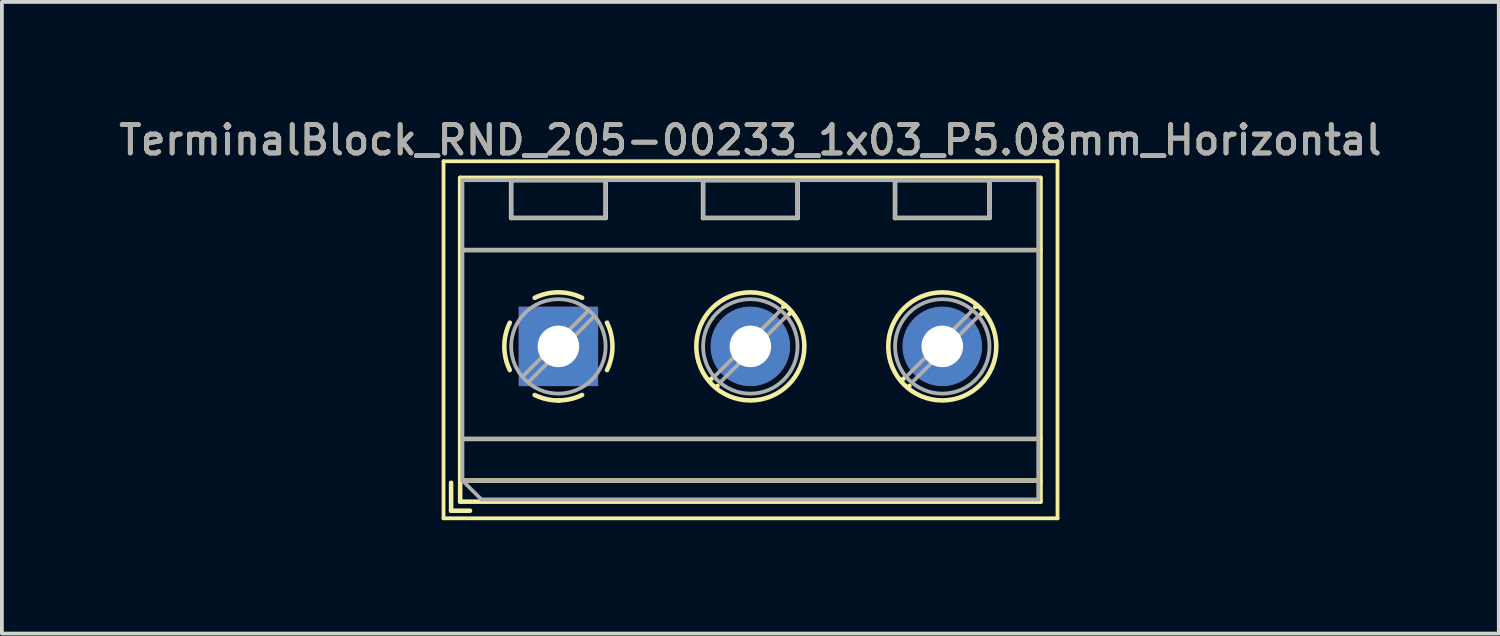
<source format=kicad_pcb>
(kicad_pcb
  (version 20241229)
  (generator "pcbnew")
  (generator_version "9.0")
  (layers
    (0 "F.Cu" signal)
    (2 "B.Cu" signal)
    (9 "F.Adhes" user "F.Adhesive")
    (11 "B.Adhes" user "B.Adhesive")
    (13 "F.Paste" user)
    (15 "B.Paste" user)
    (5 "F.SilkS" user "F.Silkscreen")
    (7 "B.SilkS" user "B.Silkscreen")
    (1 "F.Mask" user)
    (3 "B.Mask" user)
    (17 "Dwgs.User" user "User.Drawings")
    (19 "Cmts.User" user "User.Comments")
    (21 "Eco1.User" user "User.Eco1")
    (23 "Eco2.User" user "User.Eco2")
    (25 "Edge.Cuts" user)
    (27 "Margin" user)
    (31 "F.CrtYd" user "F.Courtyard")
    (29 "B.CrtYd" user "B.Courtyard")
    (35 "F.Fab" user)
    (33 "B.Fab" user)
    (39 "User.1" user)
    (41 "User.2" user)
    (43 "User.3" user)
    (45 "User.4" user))
  (footprint "TerminalBlock_RND_205-00233_1x03_P5.08mm_Horizontal"
    (layer "F.Cu")
    (at 11.729 6.118)
    (property "Reference" "TerminalBlock_RND_205-00233_1x03_P5.08mm_Horizontal" (at 5.08 -5.46 0) (layer "F.SilkS") (effects (font (size 0.75 0.75) (thickness 0.125))))
    (attr through_hole)
    (fp_line (start -3.04 -4.9) (end -3.04 4.55) (stroke (width 0.1) (type solid)) (layer "F.SilkS"))
    (fp_line (start -3.04 4.55) (end 13.21 4.55) (stroke (width 0.1) (type solid)) (layer "F.SilkS"))
    (fp_line (start -2.84 3.61) (end -2.84 4.35) (stroke (width 0.12) (type solid)) (layer "F.SilkS"))
    (fp_line (start -2.84 4.35) (end -2.34 4.35) (stroke (width 0.12) (type solid)) (layer "F.SilkS"))
    (fp_line (start -2.6 -4.46) (end -2.6 4.11) (stroke (width 0.12) (type solid)) (layer "F.SilkS"))
    (fp_line (start -2.6 -4.46) (end 12.76 -4.46) (stroke (width 0.12) (type solid)) (layer "F.SilkS"))
    (fp_line (start -2.6 -2.55) (end 12.76 -2.55) (stroke (width 0.12) (type solid)) (layer "F.SilkS"))
    (fp_line (start -2.6 2.45) (end 12.76 2.45) (stroke (width 0.12) (type solid)) (layer "F.SilkS"))
    (fp_line (start -2.6 3.55) (end 12.76 3.55) (stroke (width 0.12) (type solid)) (layer "F.SilkS"))
    (fp_line (start -2.6 4.11) (end 12.76 4.11) (stroke (width 0.12) (type solid)) (layer "F.SilkS"))
    (fp_line (start -1.25 -4.4) (end -1.25 -3.4) (stroke (width 0.12) (type solid)) (layer "F.SilkS"))
    (fp_line (start -1.25 -4.4) (end 1.25 -4.4) (stroke (width 0.12) (type solid)) (layer "F.SilkS"))
    (fp_line (start -1.25 -3.4) (end 1.25 -3.4) (stroke (width 0.12) (type solid)) (layer "F.SilkS"))
    (fp_line (start 1.25 -4.4) (end 1.25 -3.4) (stroke (width 0.12) (type solid)) (layer "F.SilkS"))
    (fp_line (start 3.83 -4.4) (end 3.83 -3.4) (stroke (width 0.12) (type solid)) (layer "F.SilkS"))
    (fp_line (start 3.83 -4.4) (end 6.33 -4.4) (stroke (width 0.12) (type solid)) (layer "F.SilkS"))
    (fp_line (start 3.83 -3.4) (end 6.33 -3.4) (stroke (width 0.12) (type solid)) (layer "F.SilkS"))
    (fp_line (start 4.056 0.85) (end 3.996 0.91) (stroke (width 0.12) (type solid)) (layer "F.SilkS"))
    (fp_line (start 4.21 1.045) (end 4.17 1.085) (stroke (width 0.12) (type solid)) (layer "F.SilkS"))
    (fp_line (start 5.991 -1.085) (end 5.951 -1.045) (stroke (width 0.12) (type solid)) (layer "F.SilkS"))
    (fp_line (start 6.165 -0.91) (end 6.105 -0.851) (stroke (width 0.12) (type solid)) (layer "F.SilkS"))
    (fp_line (start 6.33 -4.4) (end 6.33 -3.4) (stroke (width 0.12) (type solid)) (layer "F.SilkS"))
    (fp_line (start 8.91 -4.4) (end 8.91 -3.4) (stroke (width 0.12) (type solid)) (layer "F.SilkS"))
    (fp_line (start 8.91 -4.4) (end 11.41 -4.4) (stroke (width 0.12) (type solid)) (layer "F.SilkS"))
    (fp_line (start 8.91 -3.4) (end 11.41 -3.4) (stroke (width 0.12) (type solid)) (layer "F.SilkS"))
    (fp_line (start 9.136 0.85) (end 9.076 0.91) (stroke (width 0.12) (type solid)) (layer "F.SilkS"))
    (fp_line (start 9.29 1.045) (end 9.25 1.085) (stroke (width 0.12) (type solid)) (layer "F.SilkS"))
    (fp_line (start 11.071 -1.085) (end 11.031 -1.045) (stroke (width 0.12) (type solid)) (layer "F.SilkS"))
    (fp_line (start 11.245 -0.91) (end 11.185 -0.851) (stroke (width 0.12) (type solid)) (layer "F.SilkS"))
    (fp_line (start 11.41 -4.4) (end 11.41 -3.4) (stroke (width 0.12) (type solid)) (layer "F.SilkS"))
    (fp_line (start 12.76 -4.46) (end 12.76 4.11) (stroke (width 0.12) (type solid)) (layer "F.SilkS"))
    (fp_line (start 13.21 -4.9) (end -3.04 -4.9) (stroke (width 0.1) (type solid)) (layer "F.SilkS"))
    (fp_line (start 13.21 4.55) (end 13.21 -4.9) (stroke (width 0.1) (type solid)) (layer "F.SilkS"))
    (fp_arc (start -1.286611 0.626746) (mid -1.431146 -0.000697) (end -1.286 -0.628) (stroke (width 0.12) (type solid)) (layer "F.SilkS"))
    (fp_arc (start -0.627362 -1.285823) (mid -0.000201 -1.430707) (end 0.627 -1.286) (stroke (width 0.12) (type solid)) (layer "F.SilkS"))
    (fp_arc (start 0.02428 1.43094) (mid -0.310437 1.397071) (end -0.628 1.286) (stroke (width 0.12) (type solid)) (layer "F.SilkS"))
    (fp_arc (start 0.626871 1.285275) (mid 0.32168 1.393349) (end 0 1.43) (stroke (width 0.12) (type solid)) (layer "F.SilkS"))
    (fp_arc (start 1.285823 -0.627362) (mid 1.430707 -0.000201) (end 1.286 0.627) (stroke (width 0.12) (type solid)) (layer "F.SilkS"))
    (fp_circle (center 5.08 0) (end 6.51 0) (stroke (width 0.12) (type solid)) (fill no) (layer "F.SilkS"))
    (fp_circle (center 10.16 0) (end 11.59 0) (stroke (width 0.12) (type solid)) (fill no) (layer "F.SilkS"))
    (fp_line (start -2.54 -4.4) (end 12.7 -4.4) (stroke (width 0.1) (type solid)) (layer "F.Fab"))
    (fp_line (start -2.54 -2.55) (end 12.7 -2.55) (stroke (width 0.1) (type solid)) (layer "F.Fab"))
    (fp_line (start -2.54 2.45) (end 12.7 2.45) (stroke (width 0.1) (type solid)) (layer "F.Fab"))
    (fp_line (start -2.54 3.55) (end -2.54 -4.4) (stroke (width 0.1) (type solid)) (layer "F.Fab"))
    (fp_line (start -2.54 3.55) (end 12.7 3.55) (stroke (width 0.1) (type solid)) (layer "F.Fab"))
    (fp_line (start -2.04 4.05) (end -2.54 3.55) (stroke (width 0.1) (type solid)) (layer "F.Fab"))
    (fp_line (start -1.25 -4.4) (end -1.25 -3.4) (stroke (width 0.1) (type solid)) (layer "F.Fab"))
    (fp_line (start -1.25 -3.4) (end 1.25 -3.4) (stroke (width 0.1) (type solid)) (layer "F.Fab"))
    (fp_line (start 0.796 -0.948) (end -0.949 0.796) (stroke (width 0.1) (type solid)) (layer "F.Fab"))
    (fp_line (start 0.949 -0.796) (end -0.796 0.948) (stroke (width 0.1) (type solid)) (layer "F.Fab"))
    (fp_line (start 1.25 -4.4) (end -1.25 -4.4) (stroke (width 0.1) (type solid)) (layer "F.Fab"))
    (fp_line (start 1.25 -3.4) (end 1.25 -4.4) (stroke (width 0.1) (type solid)) (layer "F.Fab"))
    (fp_line (start 3.83 -4.4) (end 3.83 -3.4) (stroke (width 0.1) (type solid)) (layer "F.Fab"))
    (fp_line (start 3.83 -3.4) (end 6.33 -3.4) (stroke (width 0.1) (type solid)) (layer "F.Fab"))
    (fp_line (start 5.876 -0.948) (end 4.132 0.796) (stroke (width 0.1) (type solid)) (layer "F.Fab"))
    (fp_line (start 6.029 -0.796) (end 4.285 0.948) (stroke (width 0.1) (type solid)) (layer "F.Fab"))
    (fp_line (start 6.33 -4.4) (end 3.83 -4.4) (stroke (width 0.1) (type solid)) (layer "F.Fab"))
    (fp_line (start 6.33 -3.4) (end 6.33 -4.4) (stroke (width 0.1) (type solid)) (layer "F.Fab"))
    (fp_line (start 8.91 -4.4) (end 8.91 -3.4) (stroke (width 0.1) (type solid)) (layer "F.Fab"))
    (fp_line (start 8.91 -3.4) (end 11.41 -3.4) (stroke (width 0.1) (type solid)) (layer "F.Fab"))
    (fp_line (start 10.956 -0.948) (end 9.212 0.796) (stroke (width 0.1) (type solid)) (layer "F.Fab"))
    (fp_line (start 11.109 -0.796) (end 9.365 0.948) (stroke (width 0.1) (type solid)) (layer "F.Fab"))
    (fp_line (start 11.41 -4.4) (end 8.91 -4.4) (stroke (width 0.1) (type solid)) (layer "F.Fab"))
    (fp_line (start 11.41 -3.4) (end 11.41 -4.4) (stroke (width 0.1) (type solid)) (layer "F.Fab"))
    (fp_line (start 12.7 -4.4) (end 12.7 4.05) (stroke (width 0.1) (type solid)) (layer "F.Fab"))
    (fp_line (start 12.7 4.05) (end -2.04 4.05) (stroke (width 0.1) (type solid)) (layer "F.Fab"))
    (fp_circle (center 0 0) (end 1.25 0) (stroke (width 0.1) (type solid)) (fill no) (layer "F.Fab"))
    (fp_circle (center 5.08 0) (end 6.33 0) (stroke (width 0.1) (type solid)) (fill no) (layer "F.Fab"))
    (fp_circle (center 10.16 0) (end 11.41 0) (stroke (width 0.1) (type solid)) (fill no) (layer "F.Fab"))
    (fp_text user "${REFERENCE}" (at 5.08 -5.46 0) (layer "F.Fab") (effects (font (size 0.75 0.75) (thickness 0.125))))
    (pad "1" thru_hole rect (at 0 0) (size 2.1 2.1) (drill 1.1) (layers "*.Cu" "*.Mask"))
    (pad "2" thru_hole circle (at 5.08 0) (size 2.1 2.1) (drill 1.1) (layers "*.Cu" "*.Mask"))
    (pad "3" thru_hole circle (at 10.16 0) (size 2.1 2.1) (drill 1.1) (layers "*.Cu" "*.Mask")))
  (gr_rect
    (start -3 -3)
    (end 36.618 13.718)
    (stroke (width 0.1) (type default))
    (fill no)
    (layer "Edge.Cuts")))
</source>
